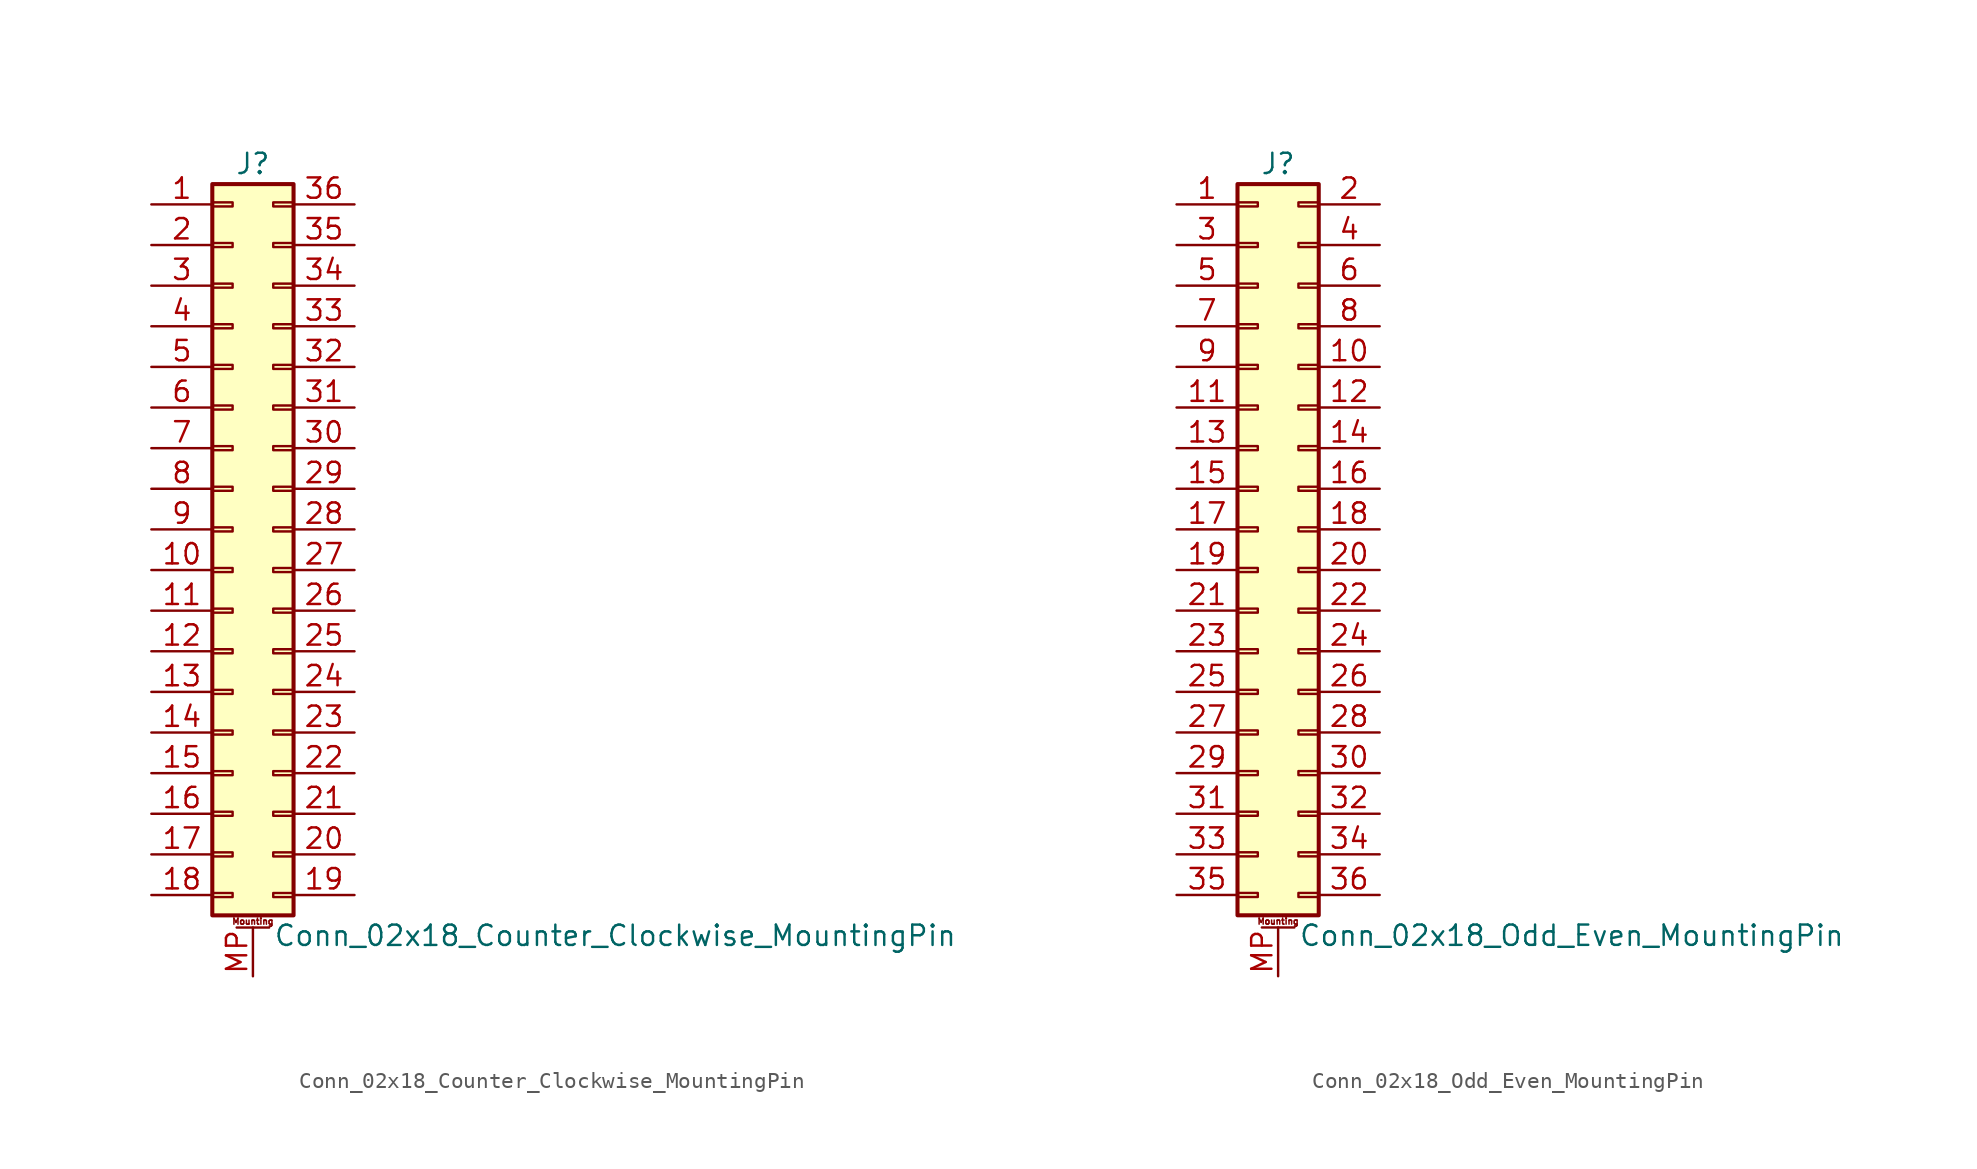
<source format=kicad_sym>
(kicad_symbol_lib
  (version 20201005)
  (generator kicad_symbol_editor)
  (symbol "Conn_02x18_Counter_Clockwise_MountingPin"
    (pin_names
      (offset 1.016) hide)
    (property "Reference" "J"
      (at 1.27 22.86 0)
      (effects (font (size 1.27 1.27))))
    (property "Value" "Conn_02x18_Counter_Clockwise_MountingPin"
      (at 2.54 -25.4 0)
      (effects (font (size 1.27 1.27)) (justify left)))
    (symbol "Conn_02x18_Counter_Clockwise_MountingPin_1_1"
      (text "Mounting" (at 1.27 -24.511 0) (effects (font (size 0.381 0.381))))
      (rectangle (start -1.27 -22.733) (end 0 -22.987) (stroke (width 0.152)) (fill (type none)))
      (rectangle (start -1.27 -20.193) (end 0 -20.447) (stroke (width 0.152)) (fill (type none)))
      (rectangle (start -1.27 -17.653) (end 0 -17.907) (stroke (width 0.152)) (fill (type none)))
      (rectangle (start -1.27 -15.113) (end 0 -15.367) (stroke (width 0.152)) (fill (type none)))
      (rectangle (start -1.27 -12.573) (end 0 -12.827) (stroke (width 0.152)) (fill (type none)))
      (rectangle (start -1.27 -10.033) (end 0 -10.287) (stroke (width 0.152)) (fill (type none)))
      (rectangle (start -1.27 -7.493) (end 0 -7.747) (stroke (width 0.152)) (fill (type none)))
      (rectangle (start -1.27 -4.953) (end 0 -5.207) (stroke (width 0.152)) (fill (type none)))
      (rectangle (start -1.27 -2.413) (end 0 -2.667) (stroke (width 0.152)) (fill (type none)))
      (rectangle (start -1.27 0.127) (end 0 -0.127) (stroke (width 0.152)) (fill (type none)))
      (rectangle (start -1.27 2.667) (end 0 2.413) (stroke (width 0.152)) (fill (type none)))
      (rectangle (start -1.27 5.207) (end 0 4.953) (stroke (width 0.152)) (fill (type none)))
      (rectangle (start -1.27 7.747) (end 0 7.493) (stroke (width 0.152)) (fill (type none)))
      (rectangle (start -1.27 10.287) (end 0 10.033) (stroke (width 0.152)) (fill (type none)))
      (rectangle (start -1.27 12.827) (end 0 12.573) (stroke (width 0.152)) (fill (type none)))
      (rectangle (start -1.27 15.367) (end 0 15.113) (stroke (width 0.152)) (fill (type none)))
      (rectangle (start -1.27 17.907) (end 0 17.653) (stroke (width 0.152)) (fill (type none)))
      (rectangle (start -1.27 20.447) (end 0 20.193) (stroke (width 0.152)) (fill (type none)))
      (rectangle (start -1.27 21.59) (end 3.81 -24.13) (stroke (width 0.254)) (fill (type background)))
      (rectangle (start 3.81 -22.733) (end 2.54 -22.987) (stroke (width 0.152)) (fill (type none)))
      (rectangle (start 3.81 -20.193) (end 2.54 -20.447) (stroke (width 0.152)) (fill (type none)))
      (rectangle (start 3.81 -17.653) (end 2.54 -17.907) (stroke (width 0.152)) (fill (type none)))
      (rectangle (start 3.81 -15.113) (end 2.54 -15.367) (stroke (width 0.152)) (fill (type none)))
      (rectangle (start 3.81 -12.573) (end 2.54 -12.827) (stroke (width 0.152)) (fill (type none)))
      (rectangle (start 3.81 -10.033) (end 2.54 -10.287) (stroke (width 0.152)) (fill (type none)))
      (rectangle (start 3.81 -7.493) (end 2.54 -7.747) (stroke (width 0.152)) (fill (type none)))
      (rectangle (start 3.81 -4.953) (end 2.54 -5.207) (stroke (width 0.152)) (fill (type none)))
      (rectangle (start 3.81 -2.413) (end 2.54 -2.667) (stroke (width 0.152)) (fill (type none)))
      (rectangle (start 3.81 0.127) (end 2.54 -0.127) (stroke (width 0.152)) (fill (type none)))
      (rectangle (start 3.81 2.667) (end 2.54 2.413) (stroke (width 0.152)) (fill (type none)))
      (rectangle (start 3.81 5.207) (end 2.54 4.953) (stroke (width 0.152)) (fill (type none)))
      (rectangle (start 3.81 7.747) (end 2.54 7.493) (stroke (width 0.152)) (fill (type none)))
      (rectangle (start 3.81 10.287) (end 2.54 10.033) (stroke (width 0.152)) (fill (type none)))
      (rectangle (start 3.81 12.827) (end 2.54 12.573) (stroke (width 0.152)) (fill (type none)))
      (rectangle (start 3.81 15.367) (end 2.54 15.113) (stroke (width 0.152)) (fill (type none)))
      (rectangle (start 3.81 17.907) (end 2.54 17.653) (stroke (width 0.152)) (fill (type none)))
      (rectangle (start 3.81 20.447) (end 2.54 20.193) (stroke (width 0.152)) (fill (type none)))
      (polyline (pts (xy 0.254 -24.892) (xy 2.286 -24.892)) (stroke (width 0.152)) (fill (type none)))
      (pin passive line (at -5.08 20.32 0) (length 3.81) (name "Pin_1" (effects (font (size 1.27 1.27)))) (number "1" (effects (font (size 1.27 1.27)))))
      (pin passive line (at -5.08 -2.54 0) (length 3.81) (name "Pin_10" (effects (font (size 1.27 1.27)))) (number "10" (effects (font (size 1.27 1.27)))))
      (pin passive line (at -5.08 -5.08 0) (length 3.81) (name "Pin_11" (effects (font (size 1.27 1.27)))) (number "11" (effects (font (size 1.27 1.27)))))
      (pin passive line (at -5.08 -7.62 0) (length 3.81) (name "Pin_12" (effects (font (size 1.27 1.27)))) (number "12" (effects (font (size 1.27 1.27)))))
      (pin passive line (at -5.08 -10.16 0) (length 3.81) (name "Pin_13" (effects (font (size 1.27 1.27)))) (number "13" (effects (font (size 1.27 1.27)))))
      (pin passive line (at -5.08 -12.7 0) (length 3.81) (name "Pin_14" (effects (font (size 1.27 1.27)))) (number "14" (effects (font (size 1.27 1.27)))))
      (pin passive line (at -5.08 -15.24 0) (length 3.81) (name "Pin_15" (effects (font (size 1.27 1.27)))) (number "15" (effects (font (size 1.27 1.27)))))
      (pin passive line (at -5.08 -17.78 0) (length 3.81) (name "Pin_16" (effects (font (size 1.27 1.27)))) (number "16" (effects (font (size 1.27 1.27)))))
      (pin passive line (at -5.08 -20.32 0) (length 3.81) (name "Pin_17" (effects (font (size 1.27 1.27)))) (number "17" (effects (font (size 1.27 1.27)))))
      (pin passive line (at -5.08 -22.86 0) (length 3.81) (name "Pin_18" (effects (font (size 1.27 1.27)))) (number "18" (effects (font (size 1.27 1.27)))))
      (pin passive line (at 7.62 -22.86 180) (length 3.81) (name "Pin_19" (effects (font (size 1.27 1.27)))) (number "19" (effects (font (size 1.27 1.27)))))
      (pin passive line (at -5.08 17.78 0) (length 3.81) (name "Pin_2" (effects (font (size 1.27 1.27)))) (number "2" (effects (font (size 1.27 1.27)))))
      (pin passive line (at 7.62 -20.32 180) (length 3.81) (name "Pin_20" (effects (font (size 1.27 1.27)))) (number "20" (effects (font (size 1.27 1.27)))))
      (pin passive line (at 7.62 -17.78 180) (length 3.81) (name "Pin_21" (effects (font (size 1.27 1.27)))) (number "21" (effects (font (size 1.27 1.27)))))
      (pin passive line (at 7.62 -15.24 180) (length 3.81) (name "Pin_22" (effects (font (size 1.27 1.27)))) (number "22" (effects (font (size 1.27 1.27)))))
      (pin passive line (at 7.62 -12.7 180) (length 3.81) (name "Pin_23" (effects (font (size 1.27 1.27)))) (number "23" (effects (font (size 1.27 1.27)))))
      (pin passive line (at 7.62 -10.16 180) (length 3.81) (name "Pin_24" (effects (font (size 1.27 1.27)))) (number "24" (effects (font (size 1.27 1.27)))))
      (pin passive line (at 7.62 -7.62 180) (length 3.81) (name "Pin_25" (effects (font (size 1.27 1.27)))) (number "25" (effects (font (size 1.27 1.27)))))
      (pin passive line (at 7.62 -5.08 180) (length 3.81) (name "Pin_26" (effects (font (size 1.27 1.27)))) (number "26" (effects (font (size 1.27 1.27)))))
      (pin passive line (at 7.62 -2.54 180) (length 3.81) (name "Pin_27" (effects (font (size 1.27 1.27)))) (number "27" (effects (font (size 1.27 1.27)))))
      (pin passive line (at 7.62 0 180) (length 3.81) (name "Pin_28" (effects (font (size 1.27 1.27)))) (number "28" (effects (font (size 1.27 1.27)))))
      (pin passive line (at 7.62 2.54 180) (length 3.81) (name "Pin_29" (effects (font (size 1.27 1.27)))) (number "29" (effects (font (size 1.27 1.27)))))
      (pin passive line (at -5.08 15.24 0) (length 3.81) (name "Pin_3" (effects (font (size 1.27 1.27)))) (number "3" (effects (font (size 1.27 1.27)))))
      (pin passive line (at 7.62 5.08 180) (length 3.81) (name "Pin_30" (effects (font (size 1.27 1.27)))) (number "30" (effects (font (size 1.27 1.27)))))
      (pin passive line (at 7.62 7.62 180) (length 3.81) (name "Pin_31" (effects (font (size 1.27 1.27)))) (number "31" (effects (font (size 1.27 1.27)))))
      (pin passive line (at 7.62 10.16 180) (length 3.81) (name "Pin_32" (effects (font (size 1.27 1.27)))) (number "32" (effects (font (size 1.27 1.27)))))
      (pin passive line (at 7.62 12.7 180) (length 3.81) (name "Pin_33" (effects (font (size 1.27 1.27)))) (number "33" (effects (font (size 1.27 1.27)))))
      (pin passive line (at 7.62 15.24 180) (length 3.81) (name "Pin_34" (effects (font (size 1.27 1.27)))) (number "34" (effects (font (size 1.27 1.27)))))
      (pin passive line (at 7.62 17.78 180) (length 3.81) (name "Pin_35" (effects (font (size 1.27 1.27)))) (number "35" (effects (font (size 1.27 1.27)))))
      (pin passive line (at 7.62 20.32 180) (length 3.81) (name "Pin_36" (effects (font (size 1.27 1.27)))) (number "36" (effects (font (size 1.27 1.27)))))
      (pin passive line (at -5.08 12.7 0) (length 3.81) (name "Pin_4" (effects (font (size 1.27 1.27)))) (number "4" (effects (font (size 1.27 1.27)))))
      (pin passive line (at -5.08 10.16 0) (length 3.81) (name "Pin_5" (effects (font (size 1.27 1.27)))) (number "5" (effects (font (size 1.27 1.27)))))
      (pin passive line (at -5.08 7.62 0) (length 3.81) (name "Pin_6" (effects (font (size 1.27 1.27)))) (number "6" (effects (font (size 1.27 1.27)))))
      (pin passive line (at -5.08 5.08 0) (length 3.81) (name "Pin_7" (effects (font (size 1.27 1.27)))) (number "7" (effects (font (size 1.27 1.27)))))
      (pin passive line (at -5.08 2.54 0) (length 3.81) (name "Pin_8" (effects (font (size 1.27 1.27)))) (number "8" (effects (font (size 1.27 1.27)))))
      (pin passive line (at -5.08 0 0) (length 3.81) (name "Pin_9" (effects (font (size 1.27 1.27)))) (number "9" (effects (font (size 1.27 1.27)))))
      (pin passive line (at 1.27 -27.94 90) (length 3.048) (name "MountPin" (effects (font (size 1.27 1.27)))) (number "MP" (effects (font (size 1.27 1.27)))))))
  (symbol "Conn_02x18_Odd_Even_MountingPin"
    (pin_names
      (offset 1.016) hide)
    (property "Reference" "J"
      (at 1.27 22.86 0)
      (effects (font (size 1.27 1.27))))
    (property "Value" "Conn_02x18_Odd_Even_MountingPin"
      (at 2.54 -25.4 0)
      (effects (font (size 1.27 1.27)) (justify left)))
    (symbol "Conn_02x18_Odd_Even_MountingPin_1_1"
      (text "Mounting" (at 1.27 -24.511 0) (effects (font (size 0.381 0.381))))
      (rectangle (start -1.27 -22.733) (end 0 -22.987) (stroke (width 0.152)) (fill (type none)))
      (rectangle (start -1.27 -20.193) (end 0 -20.447) (stroke (width 0.152)) (fill (type none)))
      (rectangle (start -1.27 -17.653) (end 0 -17.907) (stroke (width 0.152)) (fill (type none)))
      (rectangle (start -1.27 -15.113) (end 0 -15.367) (stroke (width 0.152)) (fill (type none)))
      (rectangle (start -1.27 -12.573) (end 0 -12.827) (stroke (width 0.152)) (fill (type none)))
      (rectangle (start -1.27 -10.033) (end 0 -10.287) (stroke (width 0.152)) (fill (type none)))
      (rectangle (start -1.27 -7.493) (end 0 -7.747) (stroke (width 0.152)) (fill (type none)))
      (rectangle (start -1.27 -4.953) (end 0 -5.207) (stroke (width 0.152)) (fill (type none)))
      (rectangle (start -1.27 -2.413) (end 0 -2.667) (stroke (width 0.152)) (fill (type none)))
      (rectangle (start -1.27 0.127) (end 0 -0.127) (stroke (width 0.152)) (fill (type none)))
      (rectangle (start -1.27 2.667) (end 0 2.413) (stroke (width 0.152)) (fill (type none)))
      (rectangle (start -1.27 5.207) (end 0 4.953) (stroke (width 0.152)) (fill (type none)))
      (rectangle (start -1.27 7.747) (end 0 7.493) (stroke (width 0.152)) (fill (type none)))
      (rectangle (start -1.27 10.287) (end 0 10.033) (stroke (width 0.152)) (fill (type none)))
      (rectangle (start -1.27 12.827) (end 0 12.573) (stroke (width 0.152)) (fill (type none)))
      (rectangle (start -1.27 15.367) (end 0 15.113) (stroke (width 0.152)) (fill (type none)))
      (rectangle (start -1.27 17.907) (end 0 17.653) (stroke (width 0.152)) (fill (type none)))
      (rectangle (start -1.27 20.447) (end 0 20.193) (stroke (width 0.152)) (fill (type none)))
      (rectangle (start -1.27 21.59) (end 3.81 -24.13) (stroke (width 0.254)) (fill (type background)))
      (rectangle (start 3.81 -22.733) (end 2.54 -22.987) (stroke (width 0.152)) (fill (type none)))
      (rectangle (start 3.81 -20.193) (end 2.54 -20.447) (stroke (width 0.152)) (fill (type none)))
      (rectangle (start 3.81 -17.653) (end 2.54 -17.907) (stroke (width 0.152)) (fill (type none)))
      (rectangle (start 3.81 -15.113) (end 2.54 -15.367) (stroke (width 0.152)) (fill (type none)))
      (rectangle (start 3.81 -12.573) (end 2.54 -12.827) (stroke (width 0.152)) (fill (type none)))
      (rectangle (start 3.81 -10.033) (end 2.54 -10.287) (stroke (width 0.152)) (fill (type none)))
      (rectangle (start 3.81 -7.493) (end 2.54 -7.747) (stroke (width 0.152)) (fill (type none)))
      (rectangle (start 3.81 -4.953) (end 2.54 -5.207) (stroke (width 0.152)) (fill (type none)))
      (rectangle (start 3.81 -2.413) (end 2.54 -2.667) (stroke (width 0.152)) (fill (type none)))
      (rectangle (start 3.81 0.127) (end 2.54 -0.127) (stroke (width 0.152)) (fill (type none)))
      (rectangle (start 3.81 2.667) (end 2.54 2.413) (stroke (width 0.152)) (fill (type none)))
      (rectangle (start 3.81 5.207) (end 2.54 4.953) (stroke (width 0.152)) (fill (type none)))
      (rectangle (start 3.81 7.747) (end 2.54 7.493) (stroke (width 0.152)) (fill (type none)))
      (rectangle (start 3.81 10.287) (end 2.54 10.033) (stroke (width 0.152)) (fill (type none)))
      (rectangle (start 3.81 12.827) (end 2.54 12.573) (stroke (width 0.152)) (fill (type none)))
      (rectangle (start 3.81 15.367) (end 2.54 15.113) (stroke (width 0.152)) (fill (type none)))
      (rectangle (start 3.81 17.907) (end 2.54 17.653) (stroke (width 0.152)) (fill (type none)))
      (rectangle (start 3.81 20.447) (end 2.54 20.193) (stroke (width 0.152)) (fill (type none)))
      (polyline (pts (xy 0.254 -24.892) (xy 2.286 -24.892)) (stroke (width 0.152)) (fill (type none)))
      (pin passive line (at -5.08 20.32 0) (length 3.81) (name "Pin_1" (effects (font (size 1.27 1.27)))) (number "1" (effects (font (size 1.27 1.27)))))
      (pin passive line (at 7.62 10.16 180) (length 3.81) (name "Pin_10" (effects (font (size 1.27 1.27)))) (number "10" (effects (font (size 1.27 1.27)))))
      (pin passive line (at -5.08 7.62 0) (length 3.81) (name "Pin_11" (effects (font (size 1.27 1.27)))) (number "11" (effects (font (size 1.27 1.27)))))
      (pin passive line (at 7.62 7.62 180) (length 3.81) (name "Pin_12" (effects (font (size 1.27 1.27)))) (number "12" (effects (font (size 1.27 1.27)))))
      (pin passive line (at -5.08 5.08 0) (length 3.81) (name "Pin_13" (effects (font (size 1.27 1.27)))) (number "13" (effects (font (size 1.27 1.27)))))
      (pin passive line (at 7.62 5.08 180) (length 3.81) (name "Pin_14" (effects (font (size 1.27 1.27)))) (number "14" (effects (font (size 1.27 1.27)))))
      (pin passive line (at -5.08 2.54 0) (length 3.81) (name "Pin_15" (effects (font (size 1.27 1.27)))) (number "15" (effects (font (size 1.27 1.27)))))
      (pin passive line (at 7.62 2.54 180) (length 3.81) (name "Pin_16" (effects (font (size 1.27 1.27)))) (number "16" (effects (font (size 1.27 1.27)))))
      (pin passive line (at -5.08 0 0) (length 3.81) (name "Pin_17" (effects (font (size 1.27 1.27)))) (number "17" (effects (font (size 1.27 1.27)))))
      (pin passive line (at 7.62 0 180) (length 3.81) (name "Pin_18" (effects (font (size 1.27 1.27)))) (number "18" (effects (font (size 1.27 1.27)))))
      (pin passive line (at -5.08 -2.54 0) (length 3.81) (name "Pin_19" (effects (font (size 1.27 1.27)))) (number "19" (effects (font (size 1.27 1.27)))))
      (pin passive line (at 7.62 20.32 180) (length 3.81) (name "Pin_2" (effects (font (size 1.27 1.27)))) (number "2" (effects (font (size 1.27 1.27)))))
      (pin passive line (at 7.62 -2.54 180) (length 3.81) (name "Pin_20" (effects (font (size 1.27 1.27)))) (number "20" (effects (font (size 1.27 1.27)))))
      (pin passive line (at -5.08 -5.08 0) (length 3.81) (name "Pin_21" (effects (font (size 1.27 1.27)))) (number "21" (effects (font (size 1.27 1.27)))))
      (pin passive line (at 7.62 -5.08 180) (length 3.81) (name "Pin_22" (effects (font (size 1.27 1.27)))) (number "22" (effects (font (size 1.27 1.27)))))
      (pin passive line (at -5.08 -7.62 0) (length 3.81) (name "Pin_23" (effects (font (size 1.27 1.27)))) (number "23" (effects (font (size 1.27 1.27)))))
      (pin passive line (at 7.62 -7.62 180) (length 3.81) (name "Pin_24" (effects (font (size 1.27 1.27)))) (number "24" (effects (font (size 1.27 1.27)))))
      (pin passive line (at -5.08 -10.16 0) (length 3.81) (name "Pin_25" (effects (font (size 1.27 1.27)))) (number "25" (effects (font (size 1.27 1.27)))))
      (pin passive line (at 7.62 -10.16 180) (length 3.81) (name "Pin_26" (effects (font (size 1.27 1.27)))) (number "26" (effects (font (size 1.27 1.27)))))
      (pin passive line (at -5.08 -12.7 0) (length 3.81) (name "Pin_27" (effects (font (size 1.27 1.27)))) (number "27" (effects (font (size 1.27 1.27)))))
      (pin passive line (at 7.62 -12.7 180) (length 3.81) (name "Pin_28" (effects (font (size 1.27 1.27)))) (number "28" (effects (font (size 1.27 1.27)))))
      (pin passive line (at -5.08 -15.24 0) (length 3.81) (name "Pin_29" (effects (font (size 1.27 1.27)))) (number "29" (effects (font (size 1.27 1.27)))))
      (pin passive line (at -5.08 17.78 0) (length 3.81) (name "Pin_3" (effects (font (size 1.27 1.27)))) (number "3" (effects (font (size 1.27 1.27)))))
      (pin passive line (at 7.62 -15.24 180) (length 3.81) (name "Pin_30" (effects (font (size 1.27 1.27)))) (number "30" (effects (font (size 1.27 1.27)))))
      (pin passive line (at -5.08 -17.78 0) (length 3.81) (name "Pin_31" (effects (font (size 1.27 1.27)))) (number "31" (effects (font (size 1.27 1.27)))))
      (pin passive line (at 7.62 -17.78 180) (length 3.81) (name "Pin_32" (effects (font (size 1.27 1.27)))) (number "32" (effects (font (size 1.27 1.27)))))
      (pin passive line (at -5.08 -20.32 0) (length 3.81) (name "Pin_33" (effects (font (size 1.27 1.27)))) (number "33" (effects (font (size 1.27 1.27)))))
      (pin passive line (at 7.62 -20.32 180) (length 3.81) (name "Pin_34" (effects (font (size 1.27 1.27)))) (number "34" (effects (font (size 1.27 1.27)))))
      (pin passive line (at -5.08 -22.86 0) (length 3.81) (name "Pin_35" (effects (font (size 1.27 1.27)))) (number "35" (effects (font (size 1.27 1.27)))))
      (pin passive line (at 7.62 -22.86 180) (length 3.81) (name "Pin_36" (effects (font (size 1.27 1.27)))) (number "36" (effects (font (size 1.27 1.27)))))
      (pin passive line (at 7.62 17.78 180) (length 3.81) (name "Pin_4" (effects (font (size 1.27 1.27)))) (number "4" (effects (font (size 1.27 1.27)))))
      (pin passive line (at -5.08 15.24 0) (length 3.81) (name "Pin_5" (effects (font (size 1.27 1.27)))) (number "5" (effects (font (size 1.27 1.27)))))
      (pin passive line (at 7.62 15.24 180) (length 3.81) (name "Pin_6" (effects (font (size 1.27 1.27)))) (number "6" (effects (font (size 1.27 1.27)))))
      (pin passive line (at -5.08 12.7 0) (length 3.81) (name "Pin_7" (effects (font (size 1.27 1.27)))) (number "7" (effects (font (size 1.27 1.27)))))
      (pin passive line (at 7.62 12.7 180) (length 3.81) (name "Pin_8" (effects (font (size 1.27 1.27)))) (number "8" (effects (font (size 1.27 1.27)))))
      (pin passive line (at -5.08 10.16 0) (length 3.81) (name "Pin_9" (effects (font (size 1.27 1.27)))) (number "9" (effects (font (size 1.27 1.27)))))
      (pin passive line (at 1.27 -27.94 90) (length 3.048) (name "MountPin" (effects (font (size 1.27 1.27)))) (number "MP" (effects (font (size 1.27 1.27))))))))
</source>
